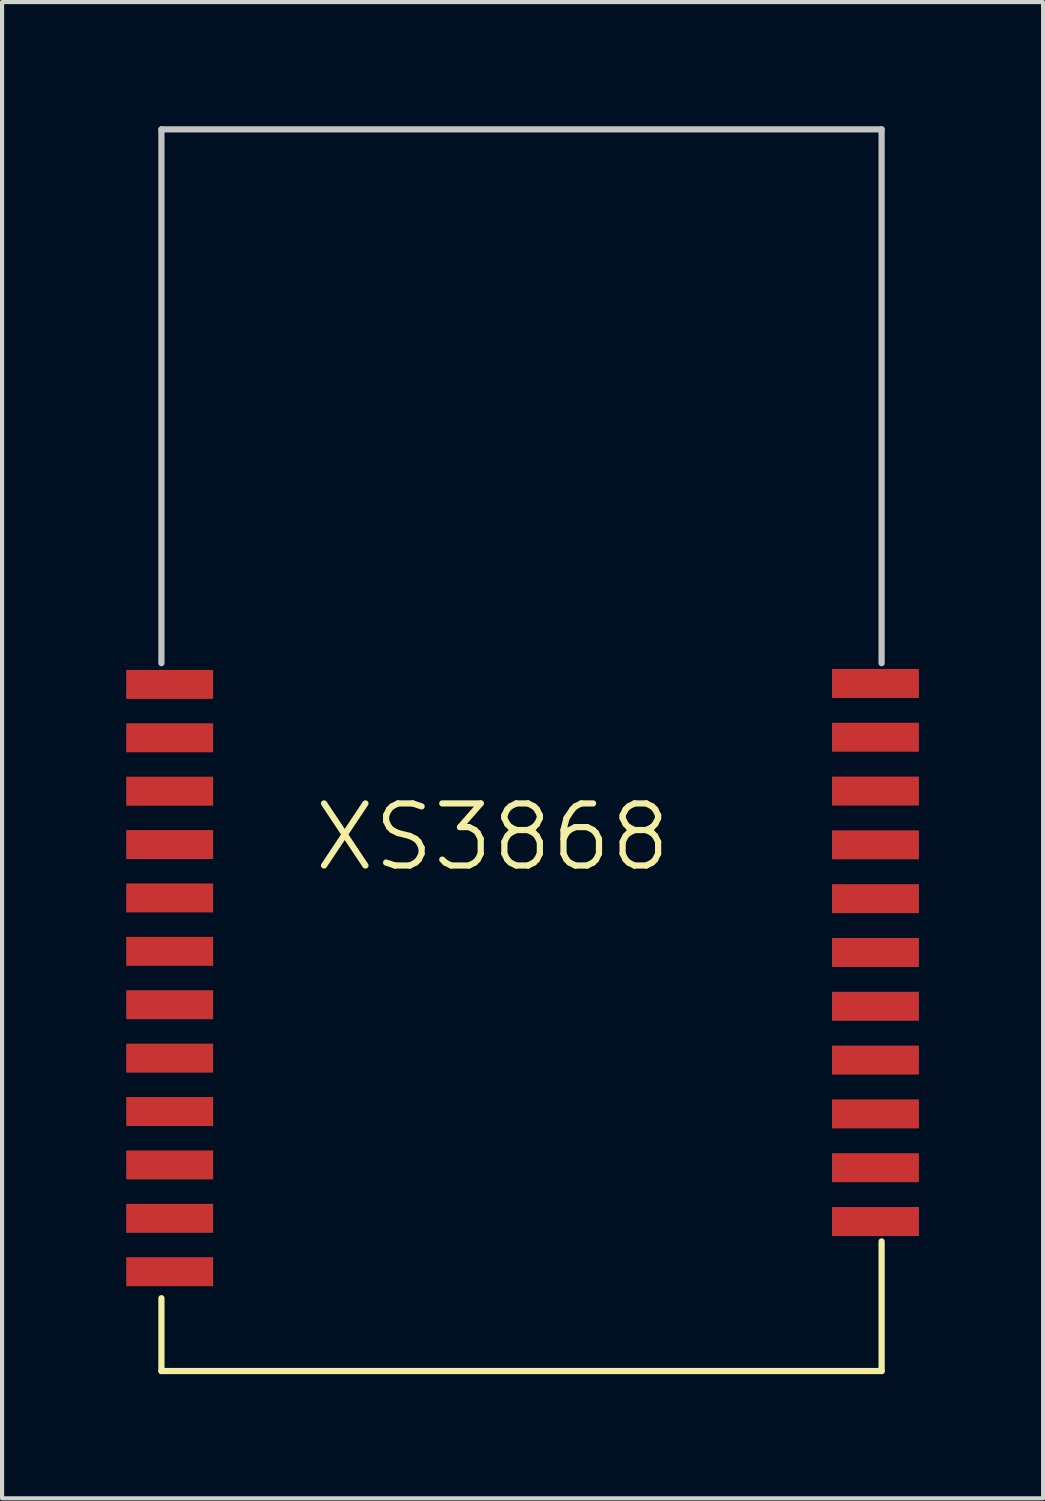
<source format=kicad_pcb>
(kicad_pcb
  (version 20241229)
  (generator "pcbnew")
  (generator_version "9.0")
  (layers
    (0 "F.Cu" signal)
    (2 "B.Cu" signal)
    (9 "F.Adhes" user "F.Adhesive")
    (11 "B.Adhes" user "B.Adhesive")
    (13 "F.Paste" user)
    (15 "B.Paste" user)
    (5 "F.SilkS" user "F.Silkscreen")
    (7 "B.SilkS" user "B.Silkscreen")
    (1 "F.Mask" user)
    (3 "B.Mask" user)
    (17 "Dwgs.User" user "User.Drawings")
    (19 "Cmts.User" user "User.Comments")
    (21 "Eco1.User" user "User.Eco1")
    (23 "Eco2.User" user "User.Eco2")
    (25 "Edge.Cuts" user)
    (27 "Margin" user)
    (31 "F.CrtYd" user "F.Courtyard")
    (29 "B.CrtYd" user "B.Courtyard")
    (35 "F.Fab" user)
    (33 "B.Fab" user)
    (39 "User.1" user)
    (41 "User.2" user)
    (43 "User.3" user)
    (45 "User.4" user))
  (footprint "XS3868"
    (layer "F.Cu")
    (at 1.05 28.975)
    (property "Reference" "XS3868" (at 7.8 -11.8 0) (layer "F.SilkS") (effects (font (size 1.5 1.5) (thickness 0.15))))
    (attr through_hole)
    (fp_line (start -0.2 -0.66) (end -0.2 1.1) (stroke (width 0.15) (type solid)) (layer "F.SilkS"))
    (fp_line (start -0.2 1.1) (end 17.2 1.1) (stroke (width 0.15) (type solid)) (layer "F.SilkS"))
    (fp_line (start 17.2 1.1) (end 17.2 -2.032) (stroke (width 0.15) (type solid)) (layer "F.SilkS"))
    (fp_line (start -0.2 -28.9) (end -0.2 -16.002) (stroke (width 0.15) (type solid)) (layer "Dwgs.User"))
    (fp_line (start 17.2 -28.9) (end -0.2 -28.9) (stroke (width 0.15) (type solid)) (layer "Dwgs.User"))
    (fp_line (start 17.2 -16.002) (end 17.2 -28.9) (stroke (width 0.15) (type solid)) (layer "Dwgs.User"))
    (pad "1" smd rect (at 0 -15.49) (size 2.1 0.7) (layers "F.Cu" "F.Mask" "F.Paste"))
    (pad "2" smd rect (at 0 -14.2) (size 2.1 0.7) (layers "F.Cu" "F.Mask" "F.Paste"))
    (pad "3" smd rect (at 0 -12.91) (size 2.1 0.7) (layers "F.Cu" "F.Mask" "F.Paste"))
    (pad "4" smd rect (at 0 -11.62) (size 2.1 0.7) (layers "F.Cu" "F.Mask" "F.Paste"))
    (pad "5" smd rect (at 0 -10.33) (size 2.1 0.7) (layers "F.Cu" "F.Mask" "F.Paste"))
    (pad "6" smd rect (at 0 -9.04) (size 2.1 0.7) (layers "F.Cu" "F.Mask" "F.Paste"))
    (pad "7" smd rect (at 0 -7.75) (size 2.1 0.7) (layers "F.Cu" "F.Mask" "F.Paste"))
    (pad "8" smd rect (at 0 -6.46) (size 2.1 0.7) (layers "F.Cu" "F.Mask" "F.Paste"))
    (pad "9" smd rect (at 0 -5.17) (size 2.1 0.7) (layers "F.Cu" "F.Mask" "F.Paste"))
    (pad "10" smd rect (at 0 -3.88) (size 2.1 0.7) (layers "F.Cu" "F.Mask" "F.Paste"))
    (pad "11" smd rect (at 0 -2.59) (size 2.1 0.7) (layers "F.Cu" "F.Mask" "F.Paste"))
    (pad "12" smd rect (at 0 -1.3) (size 2.1 0.7) (layers "F.Cu" "F.Mask" "F.Paste"))
    (pad "13" smd rect (at 17.051 -2.513) (size 2.1 0.7) (layers "F.Cu" "F.Mask" "F.Paste"))
    (pad "14" smd rect (at 17.051 -3.813) (size 2.1 0.7) (layers "F.Cu" "F.Mask" "F.Paste"))
    (pad "15" smd rect (at 17.051 -5.113) (size 2.1 0.7) (layers "F.Cu" "F.Mask" "F.Paste"))
    (pad "16" smd rect (at 17.051 -6.413) (size 2.1 0.7) (layers "F.Cu" "F.Mask" "F.Paste"))
    (pad "17" smd rect (at 17.051 -7.713) (size 2.1 0.7) (layers "F.Cu" "F.Mask" "F.Paste"))
    (pad "18" smd rect (at 17.051 -9.013) (size 2.1 0.7) (layers "F.Cu" "F.Mask" "F.Paste"))
    (pad "19" smd rect (at 17.051 -10.313) (size 2.1 0.7) (layers "F.Cu" "F.Mask" "F.Paste"))
    (pad "20" smd rect (at 17.051 -11.613) (size 2.1 0.7) (layers "F.Cu" "F.Mask" "F.Paste"))
    (pad "21" smd rect (at 17.051 -12.913) (size 2.1 0.7) (layers "F.Cu" "F.Mask" "F.Paste"))
    (pad "22" smd rect (at 17.051 -14.213) (size 2.1 0.7) (layers "F.Cu" "F.Mask" "F.Paste"))
    (pad "23" smd rect (at 17.051 -15.513) (size 2.1 0.7) (layers "F.Cu" "F.Mask" "F.Paste")))
  (gr_rect
    (start -3 -3)
    (end 22.151 33.15)
    (stroke (width 0.1) (type default))
    (fill no)
    (layer "Edge.Cuts")))
</source>
